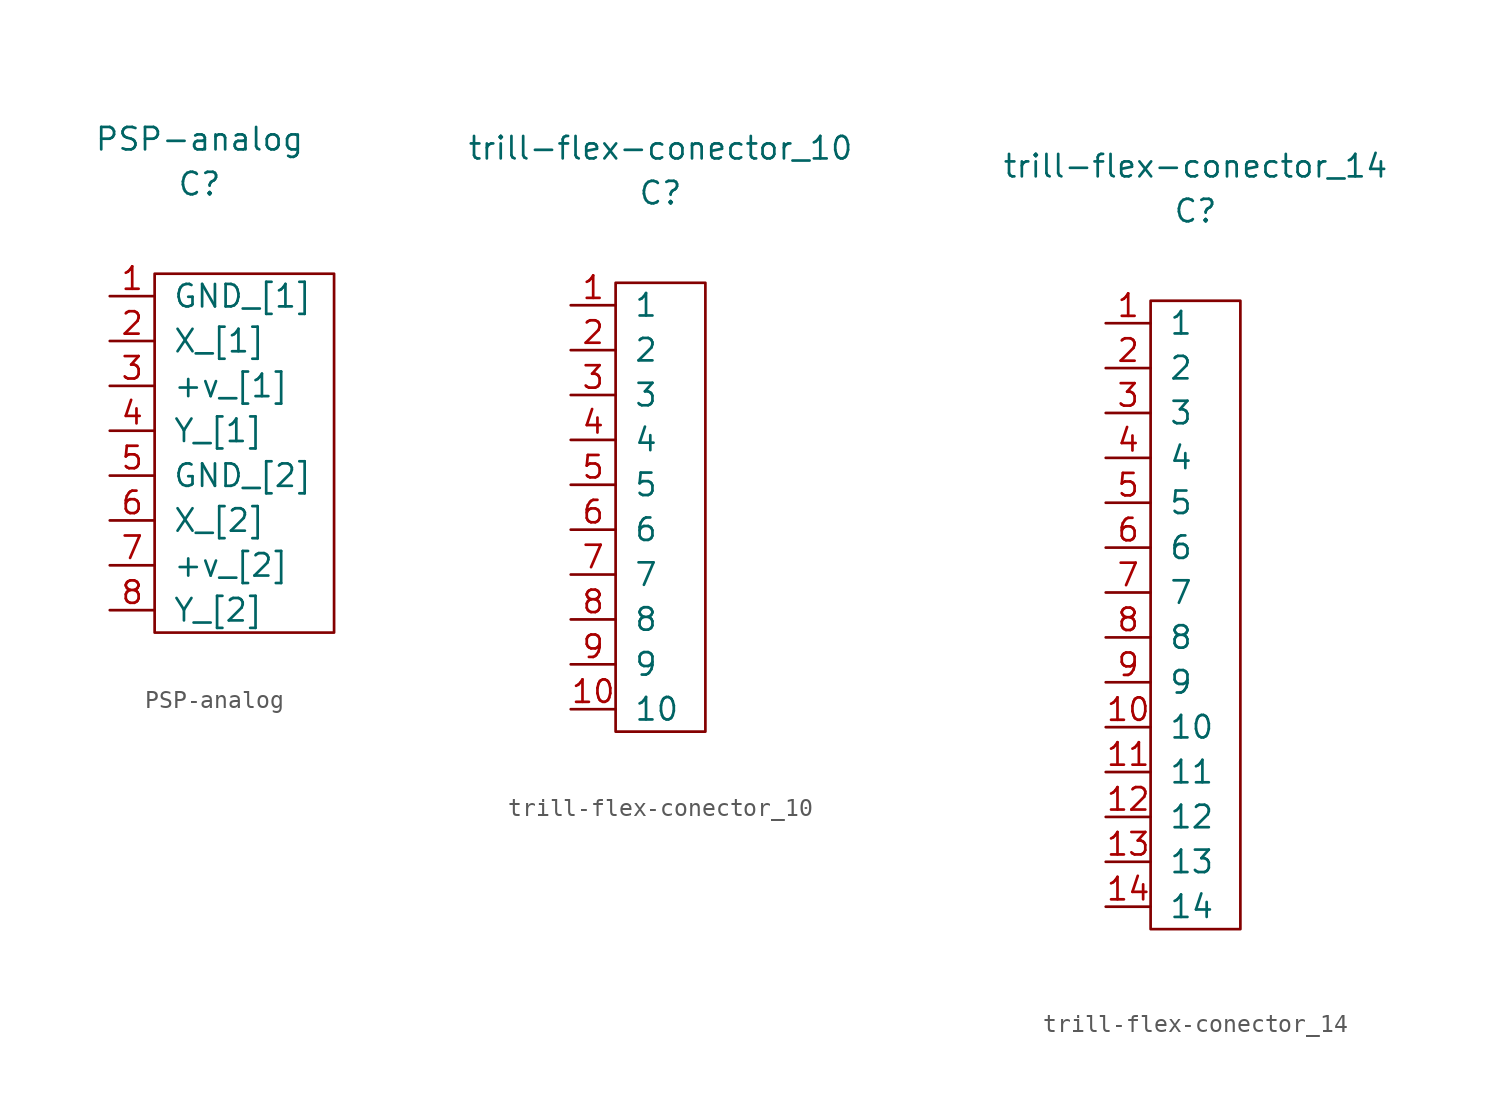
<source format=kicad_sym>
(kicad_symbol_lib
  (version 20211014)
  (generator kicad_symbol_editor)
  (symbol "PSP-analog"
    (pin_names
      (offset 1.016))
    (property "Reference" "C"
      (at 0 2.54 0)
      (effects (font (size 1.27 1.27))))
    (property "Value" "PSP-analog"
      (at 0 5.08 0)
      (effects (font (size 1.27 1.27))))
    (symbol "PSP-analog_0_1"
      (rectangle (start -2.54 -2.54) (end 7.62 -22.86) (stroke (width 0) (type default) (color 0 0 0 0)) (fill (type none))))
    (symbol "PSP-analog_1_1"
      (pin input line (at -5.08 -3.81 0) (length 2.54) (name "GND_[1]" (effects (font (size 1.27 1.27)))) (number "1" (effects (font (size 1.27 1.27)))))
      (pin input line (at -5.08 -6.35 0) (length 2.54) (name "X_[1]" (effects (font (size 1.27 1.27)))) (number "2" (effects (font (size 1.27 1.27)))))
      (pin input line (at -5.08 -8.89 0) (length 2.54) (name "+v_[1]" (effects (font (size 1.27 1.27)))) (number "3" (effects (font (size 1.27 1.27)))))
      (pin input line (at -5.08 -11.43 0) (length 2.54) (name "Y_[1]" (effects (font (size 1.27 1.27)))) (number "4" (effects (font (size 1.27 1.27)))))
      (pin input line (at -5.08 -13.97 0) (length 2.54) (name "GND_[2]" (effects (font (size 1.27 1.27)))) (number "5" (effects (font (size 1.27 1.27)))))
      (pin input line (at -5.08 -16.51 0) (length 2.54) (name "X_[2]" (effects (font (size 1.27 1.27)))) (number "6" (effects (font (size 1.27 1.27)))))
      (pin input line (at -5.08 -19.05 0) (length 2.54) (name "+v_[2]" (effects (font (size 1.27 1.27)))) (number "7" (effects (font (size 1.27 1.27)))))
      (pin input line (at -5.08 -21.59 0) (length 2.54) (name "Y_[2]" (effects (font (size 1.27 1.27)))) (number "8" (effects (font (size 1.27 1.27)))))))
  (symbol "trill-flex-conector_10"
    (pin_names
      (offset 1.016))
    (property "Reference" "C"
      (at 0 2.54 0)
      (effects (font (size 1.27 1.27))))
    (property "Value" "trill-flex-conector_10"
      (at 0 5.08 0)
      (effects (font (size 1.27 1.27))))
    (symbol "trill-flex-conector_10_0_1"
      (rectangle (start -2.54 -2.54) (end 2.54 -27.94) (stroke (width 0) (type default) (color 0 0 0 0)) (fill (type none))))
    (symbol "trill-flex-conector_10_1_1"
      (pin input line (at -5.08 -3.81 0) (length 2.54) (name "1" (effects (font (size 1.27 1.27)))) (number "1" (effects (font (size 1.27 1.27)))))
      (pin input line (at -5.08 -26.67 0) (length 2.54) (name "10" (effects (font (size 1.27 1.27)))) (number "10" (effects (font (size 1.27 1.27)))))
      (pin input line (at -5.08 -6.35 0) (length 2.54) (name "2" (effects (font (size 1.27 1.27)))) (number "2" (effects (font (size 1.27 1.27)))))
      (pin input line (at -5.08 -8.89 0) (length 2.54) (name "3" (effects (font (size 1.27 1.27)))) (number "3" (effects (font (size 1.27 1.27)))))
      (pin input line (at -5.08 -11.43 0) (length 2.54) (name "4" (effects (font (size 1.27 1.27)))) (number "4" (effects (font (size 1.27 1.27)))))
      (pin input line (at -5.08 -13.97 0) (length 2.54) (name "5" (effects (font (size 1.27 1.27)))) (number "5" (effects (font (size 1.27 1.27)))))
      (pin input line (at -5.08 -16.51 0) (length 2.54) (name "6" (effects (font (size 1.27 1.27)))) (number "6" (effects (font (size 1.27 1.27)))))
      (pin input line (at -5.08 -19.05 0) (length 2.54) (name "7" (effects (font (size 1.27 1.27)))) (number "7" (effects (font (size 1.27 1.27)))))
      (pin input line (at -5.08 -21.59 0) (length 2.54) (name "8" (effects (font (size 1.27 1.27)))) (number "8" (effects (font (size 1.27 1.27)))))
      (pin input line (at -5.08 -24.13 0) (length 2.54) (name "9" (effects (font (size 1.27 1.27)))) (number "9" (effects (font (size 1.27 1.27)))))))
  (symbol "trill-flex-conector_14"
    (pin_names
      (offset 1.016))
    (property "Reference" "C"
      (at 0 2.54 0)
      (effects (font (size 1.27 1.27))))
    (property "Value" "trill-flex-conector_14"
      (at 0 5.08 0)
      (effects (font (size 1.27 1.27))))
    (symbol "trill-flex-conector_14_0_1"
      (rectangle (start -2.54 -2.54) (end 2.54 -38.1) (stroke (width 0) (type default) (color 0 0 0 0)) (fill (type none))))
    (symbol "trill-flex-conector_14_1_1"
      (pin input line (at -5.08 -3.81 0) (length 2.54) (name "1" (effects (font (size 1.27 1.27)))) (number "1" (effects (font (size 1.27 1.27)))))
      (pin input line (at -5.08 -26.67 0) (length 2.54) (name "10" (effects (font (size 1.27 1.27)))) (number "10" (effects (font (size 1.27 1.27)))))
      (pin input line (at -5.08 -29.21 0) (length 2.54) (name "11" (effects (font (size 1.27 1.27)))) (number "11" (effects (font (size 1.27 1.27)))))
      (pin input line (at -5.08 -31.75 0) (length 2.54) (name "12" (effects (font (size 1.27 1.27)))) (number "12" (effects (font (size 1.27 1.27)))))
      (pin input line (at -5.08 -34.29 0) (length 2.54) (name "13" (effects (font (size 1.27 1.27)))) (number "13" (effects (font (size 1.27 1.27)))))
      (pin input line (at -5.08 -36.83 0) (length 2.54) (name "14" (effects (font (size 1.27 1.27)))) (number "14" (effects (font (size 1.27 1.27)))))
      (pin input line (at -5.08 -6.35 0) (length 2.54) (name "2" (effects (font (size 1.27 1.27)))) (number "2" (effects (font (size 1.27 1.27)))))
      (pin input line (at -5.08 -8.89 0) (length 2.54) (name "3" (effects (font (size 1.27 1.27)))) (number "3" (effects (font (size 1.27 1.27)))))
      (pin input line (at -5.08 -11.43 0) (length 2.54) (name "4" (effects (font (size 1.27 1.27)))) (number "4" (effects (font (size 1.27 1.27)))))
      (pin input line (at -5.08 -13.97 0) (length 2.54) (name "5" (effects (font (size 1.27 1.27)))) (number "5" (effects (font (size 1.27 1.27)))))
      (pin input line (at -5.08 -16.51 0) (length 2.54) (name "6" (effects (font (size 1.27 1.27)))) (number "6" (effects (font (size 1.27 1.27)))))
      (pin input line (at -5.08 -19.05 0) (length 2.54) (name "7" (effects (font (size 1.27 1.27)))) (number "7" (effects (font (size 1.27 1.27)))))
      (pin input line (at -5.08 -21.59 0) (length 2.54) (name "8" (effects (font (size 1.27 1.27)))) (number "8" (effects (font (size 1.27 1.27)))))
      (pin input line (at -5.08 -24.13 0) (length 2.54) (name "9" (effects (font (size 1.27 1.27)))) (number "9" (effects (font (size 1.27 1.27))))))))
</source>
